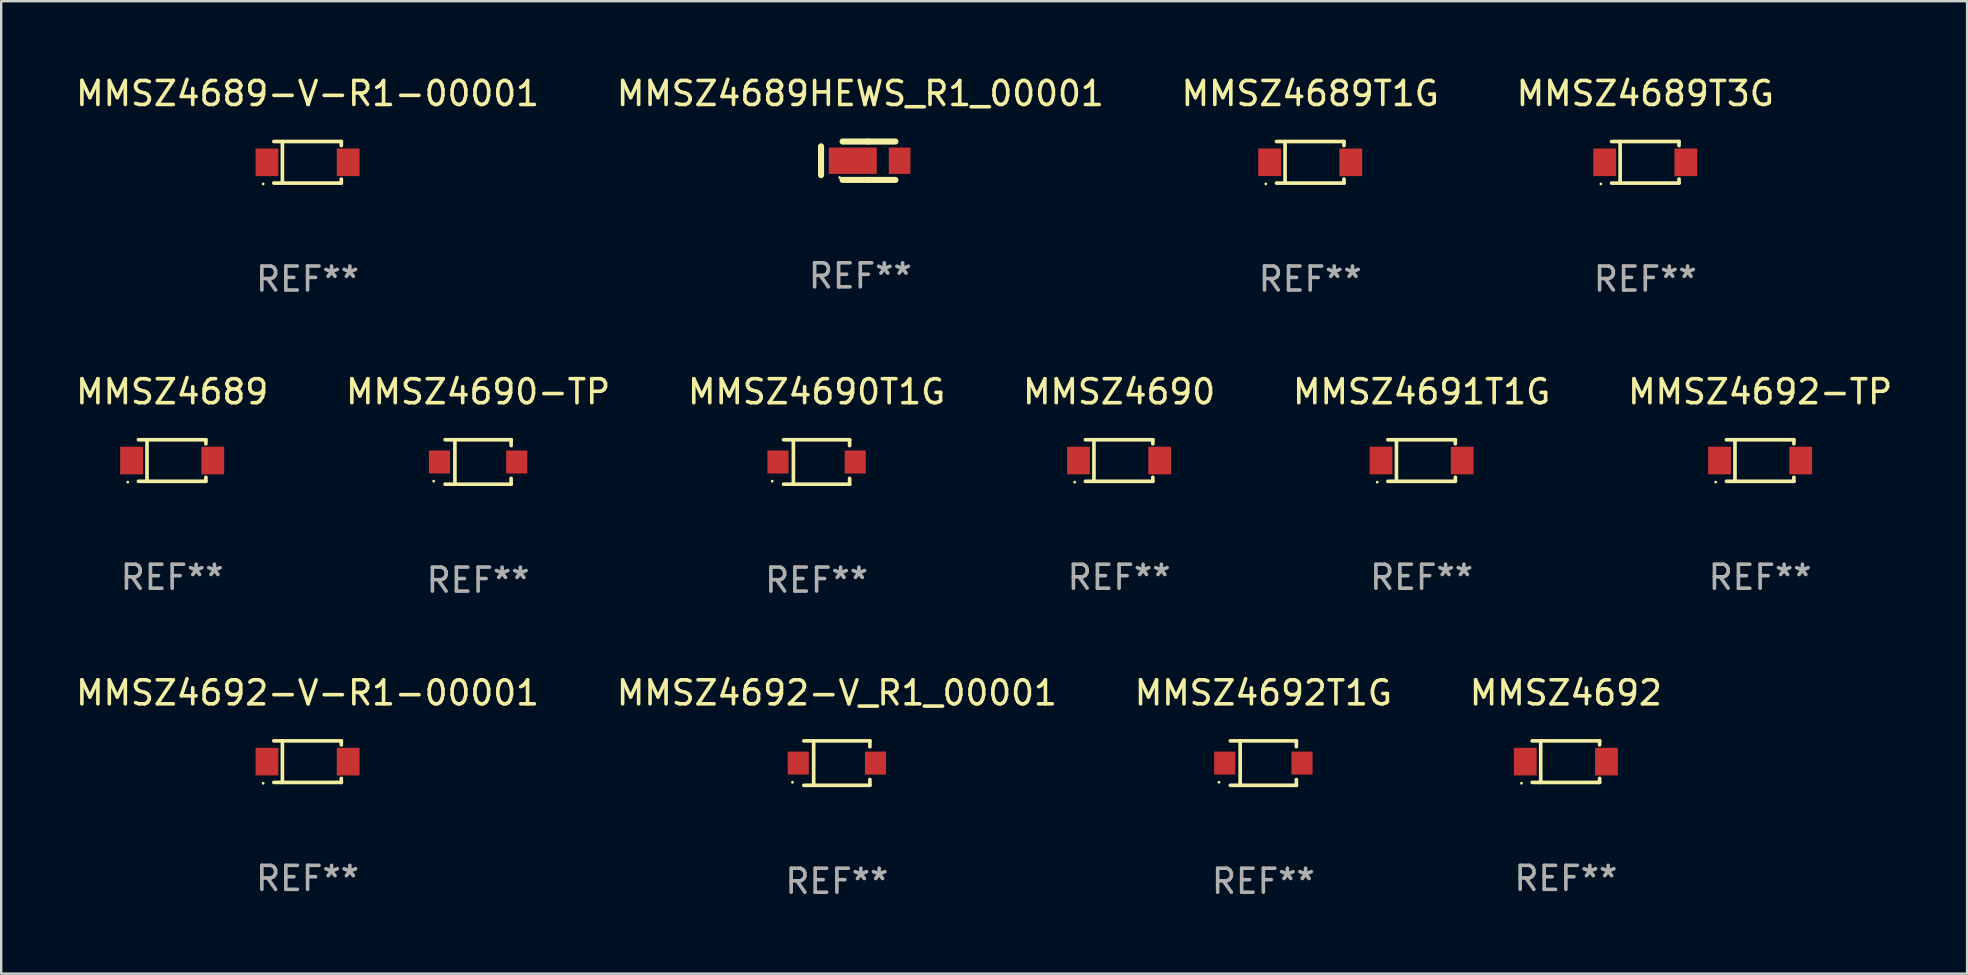
<source format=kicad_pcb>
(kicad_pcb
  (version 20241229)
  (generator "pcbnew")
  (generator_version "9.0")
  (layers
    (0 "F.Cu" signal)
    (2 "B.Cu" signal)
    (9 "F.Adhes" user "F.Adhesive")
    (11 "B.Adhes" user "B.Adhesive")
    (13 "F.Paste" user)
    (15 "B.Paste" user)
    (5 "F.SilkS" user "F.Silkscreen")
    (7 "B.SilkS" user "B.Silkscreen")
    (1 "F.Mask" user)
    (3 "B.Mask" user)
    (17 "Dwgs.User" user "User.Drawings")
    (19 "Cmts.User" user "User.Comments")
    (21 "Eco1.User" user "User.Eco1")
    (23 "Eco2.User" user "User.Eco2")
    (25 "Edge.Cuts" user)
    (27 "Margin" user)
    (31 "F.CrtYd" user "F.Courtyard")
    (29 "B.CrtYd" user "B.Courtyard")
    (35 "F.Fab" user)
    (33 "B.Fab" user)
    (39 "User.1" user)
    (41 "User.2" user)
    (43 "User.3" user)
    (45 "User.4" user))
  (footprint "MMSZ4689T1G"
    (layer "F.Cu")
    (at 51.554 3.714)
    (property "Reference" "MMSZ4689T1G" (at 0 -2.866 0) (layer "F.SilkS") (effects (font (size 1 1) (thickness 0.15))))
    (attr through_hole)
    (fp_line (start -1.406 -0.866) (end 1.406 -0.866) (stroke (width 0.152) (type solid)) (layer "F.SilkS"))
    (fp_line (start -1.406 0.866) (end 1.406 0.866) (stroke (width 0.152) (type solid)) (layer "F.SilkS"))
    (fp_line (start -1.049 -0.866) (end -1.049 0.866) (stroke (width 0.152) (type solid)) (layer "F.SilkS"))
    (fp_line (start 1.406 -0.866) (end 1.406 -0.698) (stroke (width 0.152) (type solid)) (layer "F.SilkS"))
    (fp_line (start 1.406 0.866) (end 1.406 0.698) (stroke (width 0.152) (type solid)) (layer "F.SilkS"))
    (fp_circle (center -1.851 0.9) (end -1.821 0.9) (stroke (width 0.06) (type solid)) (fill no) (layer "F.SilkS"))
    (fp_text user "REF**" (at 0 4.866 0) (layer "F.Fab") (effects (font (size 1 1) (thickness 0.15))))
    (pad "1" smd rect (at -1.692 0) (size 0.95 1.15) (layers "F.Cu" "F.Mask" "F.Paste"))
    (pad "2" smd rect (at 1.692 0) (size 0.95 1.15) (layers "F.Cu" "F.Mask" "F.Paste")))
  (footprint "MMSZ4692-V_R1_00001"
    (layer "F.Cu")
    (at 31.827 28.752)
    (property "Reference" "MMSZ4692-V_R1_00001" (at 0 -2.926 0) (layer "F.SilkS") (effects (font (size 1 1) (thickness 0.15))))
    (attr through_hole)
    (fp_line (start -1.376 -0.926) (end 1.376 -0.926) (stroke (width 0.152) (type solid)) (layer "F.SilkS"))
    (fp_line (start -1.376 0.926) (end 1.376 0.926) (stroke (width 0.152) (type solid)) (layer "F.SilkS"))
    (fp_line (start -0.967 -0.926) (end -0.967 0.926) (stroke (width 0.152) (type solid)) (layer "F.SilkS"))
    (fp_line (start 1.376 -0.926) (end 1.376 -0.683) (stroke (width 0.152) (type solid)) (layer "F.SilkS"))
    (fp_line (start 1.376 0.926) (end 1.376 0.683) (stroke (width 0.152) (type solid)) (layer "F.SilkS"))
    (fp_circle (center -1.85 0.8) (end -1.82 0.8) (stroke (width 0.06) (type solid)) (fill no) (layer "F.SilkS"))
    (fp_text user "REF**" (at 0 4.926 0) (layer "F.Fab") (effects (font (size 1 1) (thickness 0.15))))
    (pad "1" smd rect (at -1.61 0) (size 0.88 0.96) (layers "F.Cu" "F.Mask" "F.Paste"))
    (pad "2" smd rect (at 1.61 0) (size 0.88 0.96) (layers "F.Cu" "F.Mask" "F.Paste")))
  (footprint "MMSZ4692T1G"
    (layer "F.Cu")
    (at 49.601 28.752)
    (property "Reference" "MMSZ4692T1G" (at 0 -2.926 0) (layer "F.SilkS") (effects (font (size 1 1) (thickness 0.15))))
    (attr through_hole)
    (fp_line (start -1.376 -0.926) (end 1.376 -0.926) (stroke (width 0.152) (type solid)) (layer "F.SilkS"))
    (fp_line (start -1.376 0.926) (end 1.376 0.926) (stroke (width 0.152) (type solid)) (layer "F.SilkS"))
    (fp_line (start -0.967 -0.926) (end -0.967 0.926) (stroke (width 0.152) (type solid)) (layer "F.SilkS"))
    (fp_line (start 1.376 -0.926) (end 1.376 -0.683) (stroke (width 0.152) (type solid)) (layer "F.SilkS"))
    (fp_line (start 1.376 0.926) (end 1.376 0.683) (stroke (width 0.152) (type solid)) (layer "F.SilkS"))
    (fp_circle (center -1.85 0.8) (end -1.82 0.8) (stroke (width 0.06) (type solid)) (fill no) (layer "F.SilkS"))
    (fp_text user "REF**" (at 0 4.926 0) (layer "F.Fab") (effects (font (size 1 1) (thickness 0.15))))
    (pad "1" smd rect (at -1.61 0) (size 0.88 0.96) (layers "F.Cu" "F.Mask" "F.Paste"))
    (pad "2" smd rect (at 1.61 0) (size 0.88 0.96) (layers "F.Cu" "F.Mask" "F.Paste")))
  (footprint "MMSZ4689T3G"
    (layer "F.Cu")
    (at 65.518 3.714)
    (property "Reference" "MMSZ4689T3G" (at 0 -2.866 0) (layer "F.SilkS") (effects (font (size 1 1) (thickness 0.15))))
    (attr through_hole)
    (fp_line (start -1.406 -0.866) (end 1.406 -0.866) (stroke (width 0.152) (type solid)) (layer "F.SilkS"))
    (fp_line (start -1.406 0.866) (end 1.406 0.866) (stroke (width 0.152) (type solid)) (layer "F.SilkS"))
    (fp_line (start -1.049 -0.866) (end -1.049 0.866) (stroke (width 0.152) (type solid)) (layer "F.SilkS"))
    (fp_line (start 1.406 -0.866) (end 1.406 -0.698) (stroke (width 0.152) (type solid)) (layer "F.SilkS"))
    (fp_line (start 1.406 0.866) (end 1.406 0.698) (stroke (width 0.152) (type solid)) (layer "F.SilkS"))
    (fp_circle (center -1.851 0.9) (end -1.821 0.9) (stroke (width 0.06) (type solid)) (fill no) (layer "F.SilkS"))
    (fp_text user "REF**" (at 0 4.866 0) (layer "F.Fab") (effects (font (size 1 1) (thickness 0.15))))
    (pad "1" smd rect (at -1.692 0) (size 0.95 1.15) (layers "F.Cu" "F.Mask" "F.Paste"))
    (pad "2" smd rect (at 1.692 0) (size 0.95 1.15) (layers "F.Cu" "F.Mask" "F.Paste")))
  (footprint "MMSZ4692-V-R1-00001"
    (layer "F.Cu")
    (at 9.768 28.692)
    (property "Reference" "MMSZ4692-V-R1-00001" (at 0 -2.866 0) (layer "F.SilkS") (effects (font (size 1 1) (thickness 0.15))))
    (attr through_hole)
    (fp_line (start -1.406 -0.866) (end 1.406 -0.866) (stroke (width 0.152) (type solid)) (layer "F.SilkS"))
    (fp_line (start -1.406 0.866) (end 1.406 0.866) (stroke (width 0.152) (type solid)) (layer "F.SilkS"))
    (fp_line (start -1.049 -0.866) (end -1.049 0.866) (stroke (width 0.152) (type solid)) (layer "F.SilkS"))
    (fp_line (start 1.406 -0.866) (end 1.406 -0.698) (stroke (width 0.152) (type solid)) (layer "F.SilkS"))
    (fp_line (start 1.406 0.866) (end 1.406 0.698) (stroke (width 0.152) (type solid)) (layer "F.SilkS"))
    (fp_circle (center -1.851 0.9) (end -1.821 0.9) (stroke (width 0.06) (type solid)) (fill no) (layer "F.SilkS"))
    (fp_text user "REF**" (at 0 4.866 0) (layer "F.Fab") (effects (font (size 1 1) (thickness 0.15))))
    (pad "1" smd rect (at -1.692 0) (size 0.95 1.15) (layers "F.Cu" "F.Mask" "F.Paste"))
    (pad "2" smd rect (at 1.692 0) (size 0.95 1.15) (layers "F.Cu" "F.Mask" "F.Paste")))
  (footprint "MMSZ4690T1G"
    (layer "F.Cu")
    (at 30.982 16.203)
    (property "Reference" "MMSZ4690T1G" (at 0 -2.926 0) (layer "F.SilkS") (effects (font (size 1 1) (thickness 0.15))))
    (attr through_hole)
    (fp_line (start -1.376 -0.926) (end 1.376 -0.926) (stroke (width 0.152) (type solid)) (layer "F.SilkS"))
    (fp_line (start -1.376 0.926) (end 1.376 0.926) (stroke (width 0.152) (type solid)) (layer "F.SilkS"))
    (fp_line (start -0.967 -0.926) (end -0.967 0.926) (stroke (width 0.152) (type solid)) (layer "F.SilkS"))
    (fp_line (start 1.376 -0.926) (end 1.376 -0.683) (stroke (width 0.152) (type solid)) (layer "F.SilkS"))
    (fp_line (start 1.376 0.926) (end 1.376 0.683) (stroke (width 0.152) (type solid)) (layer "F.SilkS"))
    (fp_circle (center -1.85 0.8) (end -1.82 0.8) (stroke (width 0.06) (type solid)) (fill no) (layer "F.SilkS"))
    (fp_text user "REF**" (at 0 4.926 0) (layer "F.Fab") (effects (font (size 1 1) (thickness 0.15))))
    (pad "1" smd rect (at -1.61 0) (size 0.88 0.96) (layers "F.Cu" "F.Mask" "F.Paste"))
    (pad "2" smd rect (at 1.61 0) (size 0.88 0.96) (layers "F.Cu" "F.Mask" "F.Paste")))
  (footprint "MMSZ4689-V-R1-00001"
    (layer "F.Cu")
    (at 9.768 3.714)
    (property "Reference" "MMSZ4689-V-R1-00001" (at 0 -2.866 0) (layer "F.SilkS") (effects (font (size 1 1) (thickness 0.15))))
    (attr through_hole)
    (fp_line (start -1.406 -0.866) (end 1.406 -0.866) (stroke (width 0.152) (type solid)) (layer "F.SilkS"))
    (fp_line (start -1.406 0.866) (end 1.406 0.866) (stroke (width 0.152) (type solid)) (layer "F.SilkS"))
    (fp_line (start -1.049 -0.866) (end -1.049 0.866) (stroke (width 0.152) (type solid)) (layer "F.SilkS"))
    (fp_line (start 1.406 -0.866) (end 1.406 -0.698) (stroke (width 0.152) (type solid)) (layer "F.SilkS"))
    (fp_line (start 1.406 0.866) (end 1.406 0.698) (stroke (width 0.152) (type solid)) (layer "F.SilkS"))
    (fp_circle (center -1.851 0.9) (end -1.821 0.9) (stroke (width 0.06) (type solid)) (fill no) (layer "F.SilkS"))
    (fp_text user "REF**" (at 0 4.866 0) (layer "F.Fab") (effects (font (size 1 1) (thickness 0.15))))
    (pad "1" smd rect (at -1.692 0) (size 0.95 1.15) (layers "F.Cu" "F.Mask" "F.Paste"))
    (pad "2" smd rect (at 1.692 0) (size 0.95 1.15) (layers "F.Cu" "F.Mask" "F.Paste")))
  (footprint "MMSZ4689"
    (layer "F.Cu")
    (at 4.125 16.143)
    (property "Reference" "MMSZ4689" (at 0 -2.866 0) (layer "F.SilkS") (effects (font (size 1 1) (thickness 0.15))))
    (attr through_hole)
    (fp_line (start -1.406 -0.866) (end 1.406 -0.866) (stroke (width 0.152) (type solid)) (layer "F.SilkS"))
    (fp_line (start -1.406 0.866) (end 1.406 0.866) (stroke (width 0.152) (type solid)) (layer "F.SilkS"))
    (fp_line (start -1.049 -0.866) (end -1.049 0.866) (stroke (width 0.152) (type solid)) (layer "F.SilkS"))
    (fp_line (start 1.406 -0.866) (end 1.406 -0.698) (stroke (width 0.152) (type solid)) (layer "F.SilkS"))
    (fp_line (start 1.406 0.866) (end 1.406 0.698) (stroke (width 0.152) (type solid)) (layer "F.SilkS"))
    (fp_circle (center -1.851 0.9) (end -1.821 0.9) (stroke (width 0.06) (type solid)) (fill no) (layer "F.SilkS"))
    (fp_text user "REF**" (at 0 4.866 0) (layer "F.Fab") (effects (font (size 1 1) (thickness 0.15))))
    (pad "1" smd rect (at -1.692 0) (size 0.95 1.15) (layers "F.Cu" "F.Mask" "F.Paste"))
    (pad "2" smd rect (at 1.692 0) (size 0.95 1.15) (layers "F.Cu" "F.Mask" "F.Paste")))
  (footprint "MMSZ4689HEWS_R1_00001"
    (layer "F.Cu")
    (at 32.804 3.648)
    (property "Reference" "MMSZ4689HEWS_R1_00001" (at 0 -2.8 0) (layer "F.SilkS") (effects (font (size 1 1) (thickness 0.15))))
    (attr through_hole)
    (fp_line (start -1.637 -0.6) (end -1.637 0.6) (stroke (width 0.254) (type solid)) (layer "F.SilkS"))
    (fp_line (start -0.738 -0.8) (end 0.314 -0.8) (stroke (width 0.254) (type solid)) (layer "F.SilkS"))
    (fp_line (start -0.738 0.8) (end 0.314 0.8) (stroke (width 0.254) (type solid)) (layer "F.SilkS"))
    (fp_line (start 0.314 0.8) (end 1.462 0.8) (stroke (width 0.254) (type solid)) (layer "F.SilkS"))
    (fp_line (start 0.314 -0.8) (end 1.462 -0.8) (stroke (width 0.254) (type solid)) (layer "F.SilkS"))
    (fp_circle (center -0.862 0.7) (end -0.832 0.7) (stroke (width 0.06) (type solid)) (fill no) (layer "F.SilkS"))
    (fp_text user "REF**" (at 0 4.8 0) (layer "F.Fab") (effects (font (size 1 1) (thickness 0.15))))
    (pad "1" smd rect (at -0.313 -0.000064) (size 2 1.1) (layers "F.Cu" "F.Mask" "F.Paste"))
    (pad "2" smd rect (at 1.637 -0.000064) (size 0.9 1.1) (layers "F.Cu" "F.Mask" "F.Paste")))
  (footprint "MMSZ4690-TP"
    (layer "F.Cu")
    (at 16.875 16.203)
    (property "Reference" "MMSZ4690-TP" (at 0 -2.926 0) (layer "F.SilkS") (effects (font (size 1 1) (thickness 0.15))))
    (attr through_hole)
    (fp_line (start -1.376 -0.926) (end 1.376 -0.926) (stroke (width 0.152) (type solid)) (layer "F.SilkS"))
    (fp_line (start -1.376 0.926) (end 1.376 0.926) (stroke (width 0.152) (type solid)) (layer "F.SilkS"))
    (fp_line (start -0.967 -0.926) (end -0.967 0.926) (stroke (width 0.152) (type solid)) (layer "F.SilkS"))
    (fp_line (start 1.376 -0.926) (end 1.376 -0.683) (stroke (width 0.152) (type solid)) (layer "F.SilkS"))
    (fp_line (start 1.376 0.926) (end 1.376 0.683) (stroke (width 0.152) (type solid)) (layer "F.SilkS"))
    (fp_circle (center -1.85 0.8) (end -1.82 0.8) (stroke (width 0.06) (type solid)) (fill no) (layer "F.SilkS"))
    (fp_text user "REF**" (at 0 4.926 0) (layer "F.Fab") (effects (font (size 1 1) (thickness 0.15))))
    (pad "1" smd rect (at -1.61 0) (size 0.88 0.96) (layers "F.Cu" "F.Mask" "F.Paste"))
    (pad "2" smd rect (at 1.61 0) (size 0.88 0.96) (layers "F.Cu" "F.Mask" "F.Paste")))
  (footprint "MMSZ4691T1G"
    (layer "F.Cu")
    (at 56.196 16.143)
    (property "Reference" "MMSZ4691T1G" (at 0 -2.866 0) (layer "F.SilkS") (effects (font (size 1 1) (thickness 0.15))))
    (attr through_hole)
    (fp_line (start -1.406 -0.866) (end 1.406 -0.866) (stroke (width 0.152) (type solid)) (layer "F.SilkS"))
    (fp_line (start -1.406 0.866) (end 1.406 0.866) (stroke (width 0.152) (type solid)) (layer "F.SilkS"))
    (fp_line (start -1.049 -0.866) (end -1.049 0.866) (stroke (width 0.152) (type solid)) (layer "F.SilkS"))
    (fp_line (start 1.406 -0.866) (end 1.406 -0.698) (stroke (width 0.152) (type solid)) (layer "F.SilkS"))
    (fp_line (start 1.406 0.866) (end 1.406 0.698) (stroke (width 0.152) (type solid)) (layer "F.SilkS"))
    (fp_circle (center -1.851 0.9) (end -1.821 0.9) (stroke (width 0.06) (type solid)) (fill no) (layer "F.SilkS"))
    (fp_text user "REF**" (at 0 4.866 0) (layer "F.Fab") (effects (font (size 1 1) (thickness 0.15))))
    (pad "1" smd rect (at -1.692 0) (size 0.95 1.15) (layers "F.Cu" "F.Mask" "F.Paste"))
    (pad "2" smd rect (at 1.692 0) (size 0.95 1.15) (layers "F.Cu" "F.Mask" "F.Paste")))
  (footprint "MMSZ4692-TP"
    (layer "F.Cu")
    (at 70.304 16.143)
    (property "Reference" "MMSZ4692-TP" (at 0 -2.866 0) (layer "F.SilkS") (effects (font (size 1 1) (thickness 0.15))))
    (attr through_hole)
    (fp_line (start -1.406 -0.866) (end 1.406 -0.866) (stroke (width 0.152) (type solid)) (layer "F.SilkS"))
    (fp_line (start -1.406 0.866) (end 1.406 0.866) (stroke (width 0.152) (type solid)) (layer "F.SilkS"))
    (fp_line (start -1.049 -0.866) (end -1.049 0.866) (stroke (width 0.152) (type solid)) (layer "F.SilkS"))
    (fp_line (start 1.406 -0.866) (end 1.406 -0.698) (stroke (width 0.152) (type solid)) (layer "F.SilkS"))
    (fp_line (start 1.406 0.866) (end 1.406 0.698) (stroke (width 0.152) (type solid)) (layer "F.SilkS"))
    (fp_circle (center -1.851 0.9) (end -1.821 0.9) (stroke (width 0.06) (type solid)) (fill no) (layer "F.SilkS"))
    (fp_text user "REF**" (at 0 4.866 0) (layer "F.Fab") (effects (font (size 1 1) (thickness 0.15))))
    (pad "1" smd rect (at -1.692 0) (size 0.95 1.15) (layers "F.Cu" "F.Mask" "F.Paste"))
    (pad "2" smd rect (at 1.692 0) (size 0.95 1.15) (layers "F.Cu" "F.Mask" "F.Paste")))
  (footprint "MMSZ4692"
    (layer "F.Cu")
    (at 62.208 28.692)
    (property "Reference" "MMSZ4692" (at 0 -2.866 0) (layer "F.SilkS") (effects (font (size 1 1) (thickness 0.15))))
    (attr through_hole)
    (fp_line (start -1.406 -0.866) (end 1.406 -0.866) (stroke (width 0.152) (type solid)) (layer "F.SilkS"))
    (fp_line (start -1.406 0.866) (end 1.406 0.866) (stroke (width 0.152) (type solid)) (layer "F.SilkS"))
    (fp_line (start -1.049 -0.866) (end -1.049 0.866) (stroke (width 0.152) (type solid)) (layer "F.SilkS"))
    (fp_line (start 1.406 -0.866) (end 1.406 -0.698) (stroke (width 0.152) (type solid)) (layer "F.SilkS"))
    (fp_line (start 1.406 0.866) (end 1.406 0.698) (stroke (width 0.152) (type solid)) (layer "F.SilkS"))
    (fp_circle (center -1.851 0.9) (end -1.821 0.9) (stroke (width 0.06) (type solid)) (fill no) (layer "F.SilkS"))
    (fp_text user "REF**" (at 0 4.866 0) (layer "F.Fab") (effects (font (size 1 1) (thickness 0.15))))
    (pad "1" smd rect (at -1.692 0) (size 0.95 1.15) (layers "F.Cu" "F.Mask" "F.Paste"))
    (pad "2" smd rect (at 1.692 0) (size 0.95 1.15) (layers "F.Cu" "F.Mask" "F.Paste")))
  (footprint "MMSZ4690"
    (layer "F.Cu")
    (at 43.589 16.143)
    (property "Reference" "MMSZ4690" (at 0 -2.866 0) (layer "F.SilkS") (effects (font (size 1 1) (thickness 0.15))))
    (attr through_hole)
    (fp_line (start -1.406 -0.866) (end 1.406 -0.866) (stroke (width 0.152) (type solid)) (layer "F.SilkS"))
    (fp_line (start -1.406 0.866) (end 1.406 0.866) (stroke (width 0.152) (type solid)) (layer "F.SilkS"))
    (fp_line (start -1.049 -0.866) (end -1.049 0.866) (stroke (width 0.152) (type solid)) (layer "F.SilkS"))
    (fp_line (start 1.406 -0.866) (end 1.406 -0.698) (stroke (width 0.152) (type solid)) (layer "F.SilkS"))
    (fp_line (start 1.406 0.866) (end 1.406 0.698) (stroke (width 0.152) (type solid)) (layer "F.SilkS"))
    (fp_circle (center -1.851 0.9) (end -1.821 0.9) (stroke (width 0.06) (type solid)) (fill no) (layer "F.SilkS"))
    (fp_text user "REF**" (at 0 4.866 0) (layer "F.Fab") (effects (font (size 1 1) (thickness 0.15))))
    (pad "1" smd rect (at -1.692 0) (size 0.95 1.15) (layers "F.Cu" "F.Mask" "F.Paste"))
    (pad "2" smd rect (at 1.692 0) (size 0.95 1.15) (layers "F.Cu" "F.Mask" "F.Paste")))
  (gr_rect
    (start -3 -3)
    (end 78.929 37.527)
    (stroke (width 0.1) (type default))
    (fill no)
    (layer "Edge.Cuts")))
</source>
